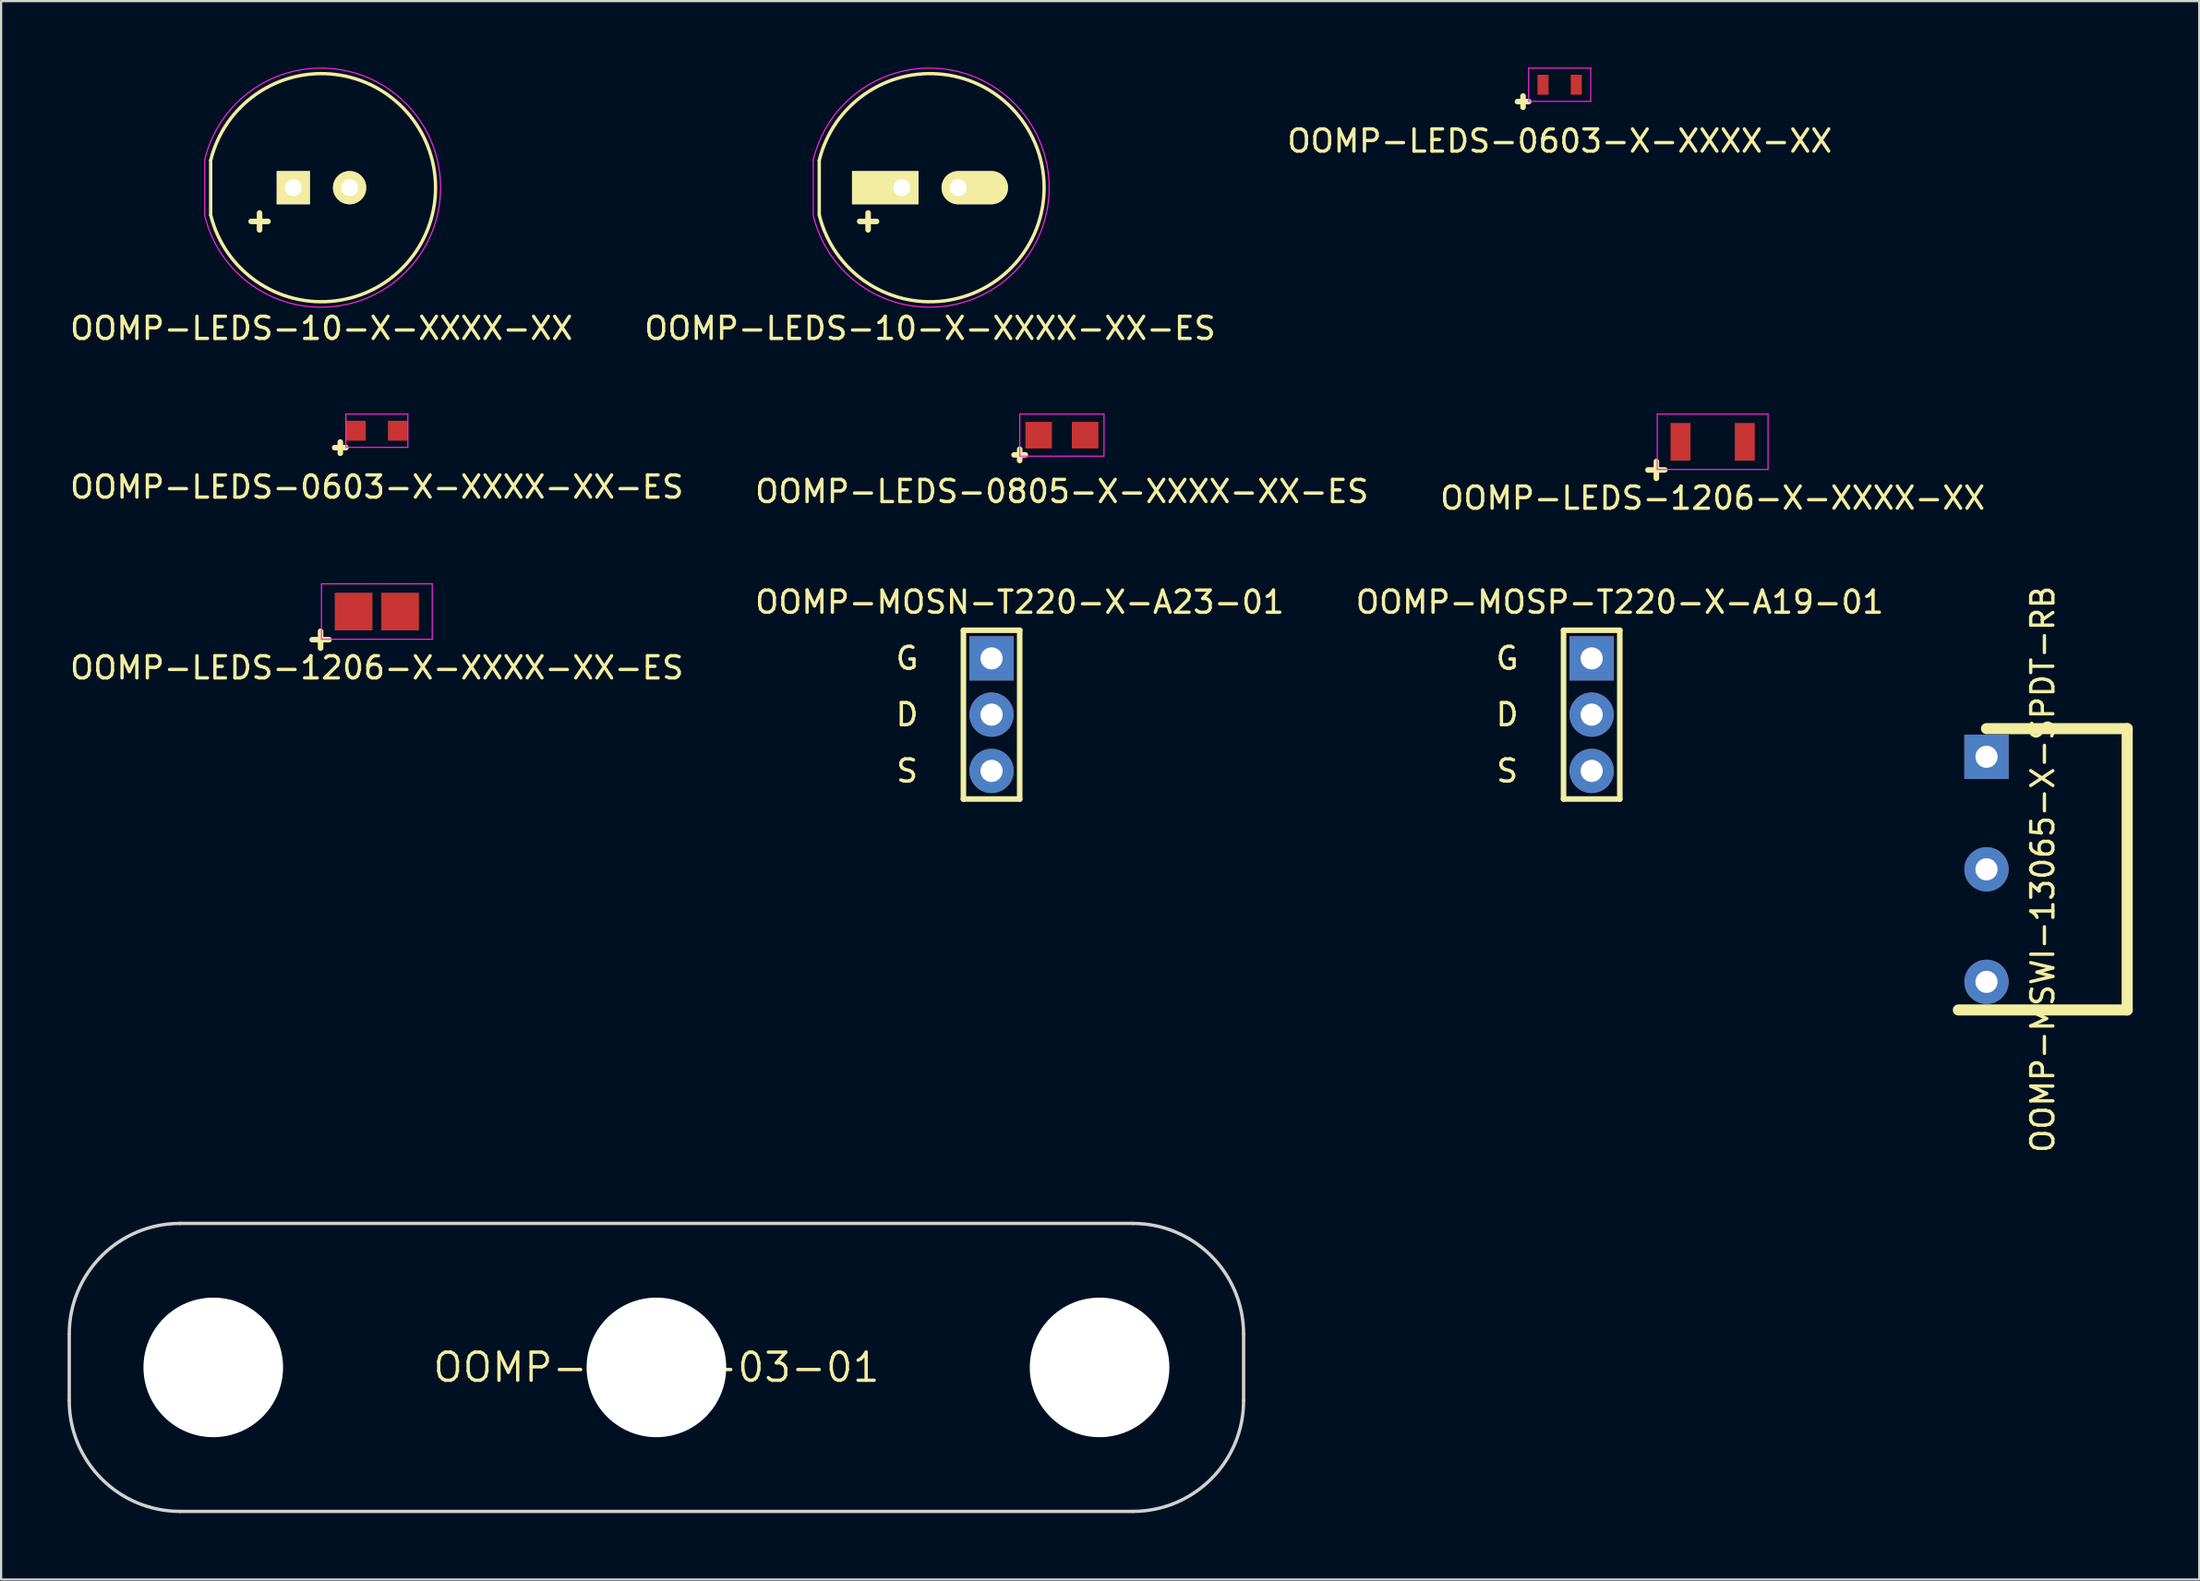
<source format=kicad_pcb>
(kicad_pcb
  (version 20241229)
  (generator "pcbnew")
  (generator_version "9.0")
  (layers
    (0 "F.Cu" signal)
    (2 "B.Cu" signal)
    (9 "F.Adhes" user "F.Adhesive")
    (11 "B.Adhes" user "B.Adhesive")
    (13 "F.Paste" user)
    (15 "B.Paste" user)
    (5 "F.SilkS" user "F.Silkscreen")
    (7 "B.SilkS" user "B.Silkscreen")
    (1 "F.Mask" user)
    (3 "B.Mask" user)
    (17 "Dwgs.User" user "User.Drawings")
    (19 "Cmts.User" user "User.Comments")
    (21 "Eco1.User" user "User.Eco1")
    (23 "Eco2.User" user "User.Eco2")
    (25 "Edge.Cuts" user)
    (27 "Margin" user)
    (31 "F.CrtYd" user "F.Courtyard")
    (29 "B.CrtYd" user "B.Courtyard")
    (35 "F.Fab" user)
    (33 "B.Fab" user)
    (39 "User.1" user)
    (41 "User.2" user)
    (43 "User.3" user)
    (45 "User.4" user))
  (footprint "OOMP-MSWI-13065-X-SPDT-RB"
    (layer "F.Cu")
    (at 86.603 31.114)
    (property "Reference" "OOMP-MSWI-13065-X-SPDT-RB" (at 2.54 5.08 90) (layer "F.SilkS") (effects (font (size 1 1) (thickness 0.15))))
    (attr through_hole)
    (fp_line (start -1.27 11.43) (end 6.35 11.43) (stroke (width 0.5) (type solid)) (layer "F.SilkS"))
    (fp_line (start 0 -1.27) (end 6.35 -1.27) (stroke (width 0.5) (type solid)) (layer "F.SilkS"))
    (fp_line (start 6.35 -1.27) (end 6.35 11.43) (stroke (width 0.5) (type solid)) (layer "F.SilkS"))
    (pad "1" thru_hole rect (at 0 0) (size 2 2) (drill 1) (layers "*.Cu" "*.Mask"))
    (pad "2" thru_hole oval (at 0 10.16) (size 2 2) (drill 1) (layers "*.Cu" "*.Mask"))
    (pad "3" thru_hole oval (at 0 5.08) (size 2 2) (drill 1) (layers "*.Cu" "*.Mask")))
  (footprint "OOMP-LEDS-10-X-XXXX-XX"
    (layer "F.Cu")
    (at 10.188 5.422)
    (property "Reference" "OOMP-LEDS-10-X-XXXX-XX" (at 1.27 6.35 0) (layer "F.SilkS") (effects (font (size 1 1) (thickness 0.15))))
    (attr through_hole)
    (fp_line (start -3.73 -1.23) (end -3.73 1.23) (stroke (width 0.15) (type solid)) (layer "F.SilkS"))
    (fp_line (start -1.524 1.143) (end -1.524 1.905) (stroke (width 0.25) (type solid)) (layer "F.SilkS"))
    (fp_line (start -1.143 1.524) (end -1.905 1.524) (stroke (width 0.25) (type solid)) (layer "F.SilkS"))
    (fp_arc (start -3.73 -1.23) (mid 6.419063 -0.007159) (end -3.72656 1.243899) (stroke (width 0.15) (type solid)) (layer "F.SilkS"))
    (fp_line (start -4 -1.25) (end -4 1.25) (stroke (width 0.05) (type solid)) (layer "F.CrtYd"))
    (fp_arc (start -4 -1.25) (mid 6.646738 -0.014835) (end -3.993048 1.278845) (stroke (width 0.05) (type solid)) (layer "F.CrtYd"))
    (pad "1" thru_hole rect (at 0 0 180) (size 1.5 1.5) (drill 0.762) (layers "*.Cu" "*.Mask" "F.SilkS"))
    (pad "2" thru_hole circle (at 2.54 0 180) (size 1.5 1.5) (drill 0.762) (layers "*.Cu" "*.Mask" "F.SilkS")))
  (footprint "OOMP-LEDS-0603-X-XXXX-XX-ES"
    (layer "F.Cu")
    (at 13.958 16.395)
    (property "Reference" "OOMP-LEDS-0603-X-XXXX-XX-ES" (at 0 2.54 0) (layer "F.SilkS") (effects (font (size 1 1) (thickness 0.15))))
    (attr smd)
    (fp_line (start -1.905 0.762) (end -1.397 0.762) (stroke (width 0.25) (type solid)) (layer "F.SilkS"))
    (fp_line (start -1.651 1.016) (end -1.651 0.508) (stroke (width 0.25) (type solid)) (layer "F.SilkS"))
    (fp_line (start -1.4 -0.75) (end 1.4 -0.75) (stroke (width 0.05) (type solid)) (layer "F.CrtYd"))
    (fp_line (start -1.4 0.75) (end -1.4 -0.75) (stroke (width 0.05) (type solid)) (layer "F.CrtYd"))
    (fp_line (start 1.4 -0.75) (end 1.4 0.75) (stroke (width 0.05) (type solid)) (layer "F.CrtYd"))
    (fp_line (start 1.4 0.75) (end -1.4 0.75) (stroke (width 0.05) (type solid)) (layer "F.CrtYd"))
    (pad "1" smd rect (at 0.75 0 180) (size 0.9 0.9) (drill (offset -0.2 0)) (layers "F.Cu" "F.Mask" "F.Paste"))
    (pad "2" smd rect (at -0.75 0 180) (size 0.9 0.9) (drill (offset 0.2 0)) (layers "F.Cu" "F.Mask" "F.Paste")))
  (footprint "OOMP-LEDS-1206-X-XXXX-XX-ES"
    (layer "F.Cu")
    (at 13.958 24.558)
    (property "Reference" "OOMP-LEDS-1206-X-XXXX-XX-ES" (at 0 2.54 0) (layer "F.SilkS") (effects (font (size 1 1) (thickness 0.15))))
    (attr smd)
    (fp_line (start -2.921 1.27) (end -2.159 1.27) (stroke (width 0.25) (type solid)) (layer "F.SilkS"))
    (fp_line (start -2.54 0.889) (end -2.54 1.651) (stroke (width 0.25) (type solid)) (layer "F.SilkS"))
    (fp_line (start -2.5 -1.25) (end -2.5 1.25) (stroke (width 0.05) (type solid)) (layer "F.CrtYd"))
    (fp_line (start -2.5 1.25) (end 2.5 1.25) (stroke (width 0.05) (type solid)) (layer "F.CrtYd"))
    (fp_line (start 2.5 -1.25) (end -2.5 -1.25) (stroke (width 0.05) (type solid)) (layer "F.CrtYd"))
    (fp_line (start 2.5 1.25) (end 2.5 -1.25) (stroke (width 0.05) (type solid)) (layer "F.CrtYd"))
    (pad "1" smd rect (at -1.45 0) (size 1.7 1.7) (drill (offset 0.4 0)) (layers "F.Cu" "F.Mask" "F.Paste"))
    (pad "2" smd rect (at 1.45 0) (size 1.7 1.7) (drill (offset -0.4 0)) (layers "F.Cu" "F.Mask" "F.Paste")))
  (footprint "OOMP-LEDS-1206-X-XXXX-XX"
    (layer "F.Cu")
    (at 74.244 16.895)
    (property "Reference" "OOMP-LEDS-1206-X-XXXX-XX" (at 0 2.54 0) (layer "F.SilkS") (effects (font (size 1 1) (thickness 0.15))))
    (attr smd)
    (fp_line (start -2.921 1.27) (end -2.159 1.27) (stroke (width 0.25) (type solid)) (layer "F.SilkS"))
    (fp_line (start -2.54 0.889) (end -2.54 1.651) (stroke (width 0.25) (type solid)) (layer "F.SilkS"))
    (fp_line (start -2.5 -1.25) (end -2.5 1.25) (stroke (width 0.05) (type solid)) (layer "F.CrtYd"))
    (fp_line (start -2.5 1.25) (end 2.5 1.25) (stroke (width 0.05) (type solid)) (layer "F.CrtYd"))
    (fp_line (start 2.5 -1.25) (end -2.5 -1.25) (stroke (width 0.05) (type solid)) (layer "F.CrtYd"))
    (fp_line (start 2.5 1.25) (end 2.5 -1.25) (stroke (width 0.05) (type solid)) (layer "F.CrtYd"))
    (pad "1" smd rect (at -1.45 0) (size 0.9 1.7) (layers "F.Cu" "F.Mask" "F.Paste"))
    (pad "2" smd rect (at 1.45 0) (size 0.9 1.7) (layers "F.Cu" "F.Mask" "F.Paste")))
  (footprint "OOMP-MOSP-T220-X-A19-01"
    (layer "F.Cu")
    (at 68.784 26.672)
    (property "Reference" "OOMP-MOSP-T220-X-A19-01" (at 1.27 -2.54 0) (layer "F.SilkS") (effects (font (size 1 1) (thickness 0.15))))
    (attr through_hole)
    (fp_line (start -1.27 -1.27) (end -1.27 6.35) (stroke (width 0.25) (type solid)) (layer "F.SilkS"))
    (fp_line (start -1.27 -1.27) (end 1.27 -1.27) (stroke (width 0.25) (type solid)) (layer "F.SilkS"))
    (fp_line (start -1.27 6.35) (end 1.27 6.35) (stroke (width 0.25) (type solid)) (layer "F.SilkS"))
    (fp_line (start 1.27 -1.27) (end 1.27 6.35) (stroke (width 0.25) (type solid)) (layer "F.SilkS"))
    (fp_text user "D" (at -3.81 2.54 0) (layer "F.SilkS") (effects (font (size 1 1) (thickness 0.15))))
    (fp_text user "G" (at -3.81 0 0) (layer "F.SilkS") (effects (font (size 1 1) (thickness 0.15))))
    (fp_text user "S" (at -3.81 5.08 0) (layer "F.SilkS") (effects (font (size 1 1) (thickness 0.15))))
    (pad "1" thru_hole rect (at 0 0) (size 2 2) (drill 1) (layers "*.Cu" "*.Mask"))
    (pad "2" thru_hole oval (at 0 2.54) (size 2 2) (drill 1) (layers "*.Cu" "*.Mask"))
    (pad "3" thru_hole oval (at 0 5.08) (size 2 2) (drill 1) (layers "*.Cu" "*.Mask")))
  (footprint "OOMP-LEDS-0603-X-XXXX-XX"
    (layer "F.Cu")
    (at 67.339 0.775)
    (property "Reference" "OOMP-LEDS-0603-X-XXXX-XX" (at 0 2.54 0) (layer "F.SilkS") (effects (font (size 1 1) (thickness 0.15))))
    (attr smd)
    (fp_line (start -1.905 0.762) (end -1.397 0.762) (stroke (width 0.25) (type solid)) (layer "F.SilkS"))
    (fp_line (start -1.651 1.016) (end -1.651 0.508) (stroke (width 0.25) (type solid)) (layer "F.SilkS"))
    (fp_line (start -1.4 -0.75) (end 1.4 -0.75) (stroke (width 0.05) (type solid)) (layer "F.CrtYd"))
    (fp_line (start -1.4 0.75) (end -1.4 -0.75) (stroke (width 0.05) (type solid)) (layer "F.CrtYd"))
    (fp_line (start 1.4 -0.75) (end 1.4 0.75) (stroke (width 0.05) (type solid)) (layer "F.CrtYd"))
    (fp_line (start 1.4 0.75) (end -1.4 0.75) (stroke (width 0.05) (type solid)) (layer "F.CrtYd"))
    (pad "1" smd rect (at -0.75 0 180) (size 0.5 0.9) (layers "F.Cu" "F.Mask" "F.Paste"))
    (pad "2" smd rect (at 0.75 0 180) (size 0.5 0.9) (layers "F.Cu" "F.Mask" "F.Paste")))
  (footprint "OOMP-LEDS-10-X-XXXX-XX-ES"
    (layer "F.Cu")
    (at 37.653 5.422)
    (property "Reference" "OOMP-LEDS-10-X-XXXX-XX-ES" (at 1.27 6.35 0) (layer "F.SilkS") (effects (font (size 1 1) (thickness 0.15))))
    (attr through_hole)
    (fp_line (start -3.73 -1.23) (end -3.73 1.23) (stroke (width 0.15) (type solid)) (layer "F.SilkS"))
    (fp_line (start -1.524 1.143) (end -1.524 1.905) (stroke (width 0.25) (type solid)) (layer "F.SilkS"))
    (fp_line (start -1.143 1.524) (end -1.905 1.524) (stroke (width 0.25) (type solid)) (layer "F.SilkS"))
    (fp_arc (start -3.73 -1.23) (mid 6.419063 -0.007159) (end -3.72656 1.243899) (stroke (width 0.15) (type solid)) (layer "F.SilkS"))
    (fp_line (start -4 -1.25) (end -4 1.25) (stroke (width 0.05) (type solid)) (layer "F.CrtYd"))
    (fp_arc (start -4 -1.25) (mid 6.646738 -0.014835) (end -3.993048 1.278845) (stroke (width 0.05) (type solid)) (layer "F.CrtYd"))
    (pad "1" thru_hole rect (at 0 0 180) (size 3 1.5) (drill 0.762 (offset 0.75 0)) (layers "*.Cu" "*.Mask" "F.SilkS"))
    (pad "2" thru_hole oval (at 2.54 0 180) (size 3 1.5) (drill 0.762 (offset -0.75 0)) (layers "*.Cu" "*.Mask" "F.SilkS")))
  (footprint "OOMP-MOSN-T220-X-A23-01"
    (layer "F.Cu")
    (at 41.7 26.672)
    (property "Reference" "OOMP-MOSN-T220-X-A23-01" (at 1.27 -2.54 0) (layer "F.SilkS") (effects (font (size 1 1) (thickness 0.15))))
    (attr through_hole)
    (fp_line (start -1.27 -1.27) (end -1.27 6.35) (stroke (width 0.25) (type solid)) (layer "F.SilkS"))
    (fp_line (start -1.27 -1.27) (end 1.27 -1.27) (stroke (width 0.25) (type solid)) (layer "F.SilkS"))
    (fp_line (start -1.27 6.35) (end 1.27 6.35) (stroke (width 0.25) (type solid)) (layer "F.SilkS"))
    (fp_line (start 1.27 -1.27) (end 1.27 6.35) (stroke (width 0.25) (type solid)) (layer "F.SilkS"))
    (fp_text user "D" (at -3.81 2.54 0) (layer "F.SilkS") (effects (font (size 1 1) (thickness 0.15))))
    (fp_text user "G" (at -3.81 0 0) (layer "F.SilkS") (effects (font (size 1 1) (thickness 0.15))))
    (fp_text user "S" (at -3.81 5.08 0) (layer "F.SilkS") (effects (font (size 1 1) (thickness 0.15))))
    (pad "1" thru_hole rect (at 0 0) (size 2 2) (drill 1) (layers "*.Cu" "*.Mask"))
    (pad "2" thru_hole oval (at 0 2.54) (size 2 2) (drill 1) (layers "*.Cu" "*.Mask"))
    (pad "3" thru_hole oval (at 0 5.08) (size 2 2) (drill 1) (layers "*.Cu" "*.Mask")))
  (footprint "OOMP-OOBB-03-01"
    (layer "F.Cu")
    (at 26.575 58.68)
    (property "Reference" "OOMP-OOBB-03-01" (at 0 0 0) (layer "F.SilkS") (effects (font (size 1.27 1.27) (thickness 0.15))))
    (attr through_hole)
    (fp_line (start -26.5 1.5) (end -26.5 -1.5) (stroke (width 0.15) (type solid)) (layer "Edge.Cuts"))
    (fp_line (start -21.5 -6.5) (end 21.5 -6.5) (stroke (width 0.15) (type solid)) (layer "Edge.Cuts"))
    (fp_line (start 21.5 6.5) (end -21.5 6.5) (stroke (width 0.15) (type solid)) (layer "Edge.Cuts"))
    (fp_line (start 26.5 1.5) (end 26.5 -1.5) (stroke (width 0.15) (type solid)) (layer "Edge.Cuts"))
    (fp_arc (start -26.5 -1.5) (mid -25.035534 -5.035534) (end -21.5 -6.5) (stroke (width 0.15) (type solid)) (layer "Edge.Cuts"))
    (fp_arc (start -21.5 6.5) (mid -25.035534 5.035534) (end -26.5 1.5) (stroke (width 0.15) (type solid)) (layer "Edge.Cuts"))
    (fp_arc (start 21.5 -6.5) (mid 25.035534 -5.035534) (end 26.5 -1.5) (stroke (width 0.15) (type solid)) (layer "Edge.Cuts"))
    (fp_arc (start 26.5 1.5) (mid 25.035534 5.035534) (end 21.5 6.5) (stroke (width 0.15) (type solid)) (layer "Edge.Cuts"))
    (pad "" np_thru_hole circle (at -20 0) (size 6.3 6.3) (drill 6.3) (layers "*.Cu" "*.Mask"))
    (pad "" np_thru_hole circle (at 0 0) (size 6.3 6.3) (drill 6.3) (layers "*.Cu" "*.Mask"))
    (pad "" np_thru_hole circle (at 20 0) (size 6.3 6.3) (drill 6.3) (layers "*.Cu" "*.Mask")))
  (footprint "OOMP-LEDS-0805-X-XXXX-XX-ES"
    (layer "F.Cu")
    (at 44.875 16.595)
    (property "Reference" "OOMP-LEDS-0805-X-XXXX-XX-ES" (at 0 2.54 0) (layer "F.SilkS") (effects (font (size 1 1) (thickness 0.15))))
    (attr smd)
    (fp_line (start -2.159 0.889) (end -1.651 0.889) (stroke (width 0.25) (type solid)) (layer "F.SilkS"))
    (fp_line (start -1.905 0.635) (end -1.905 1.143) (stroke (width 0.25) (type solid)) (layer "F.SilkS"))
    (fp_line (start -1.9 -0.95) (end 1.9 -0.95) (stroke (width 0.05) (type solid)) (layer "F.CrtYd"))
    (fp_line (start -1.9 0.95) (end -1.9 -0.95) (stroke (width 0.05) (type solid)) (layer "F.CrtYd"))
    (fp_line (start 1.9 -0.95) (end 1.9 0.95) (stroke (width 0.05) (type solid)) (layer "F.CrtYd"))
    (fp_line (start 1.9 0.95) (end -1.9 0.95) (stroke (width 0.05) (type solid)) (layer "F.CrtYd"))
    (pad "1" smd rect (at -1.049 0 180) (size 1.199 1.199) (layers "F.Cu" "F.Mask" "F.Paste"))
    (pad "2" smd rect (at 1.049 0 180) (size 1.199 1.199) (layers "F.Cu" "F.Mask" "F.Paste")))
  (gr_rect
    (start -3 -3)
    (end 96.203 68.255)
    (stroke (width 0.1) (type default))
    (fill no)
    (layer "Edge.Cuts")))
</source>
